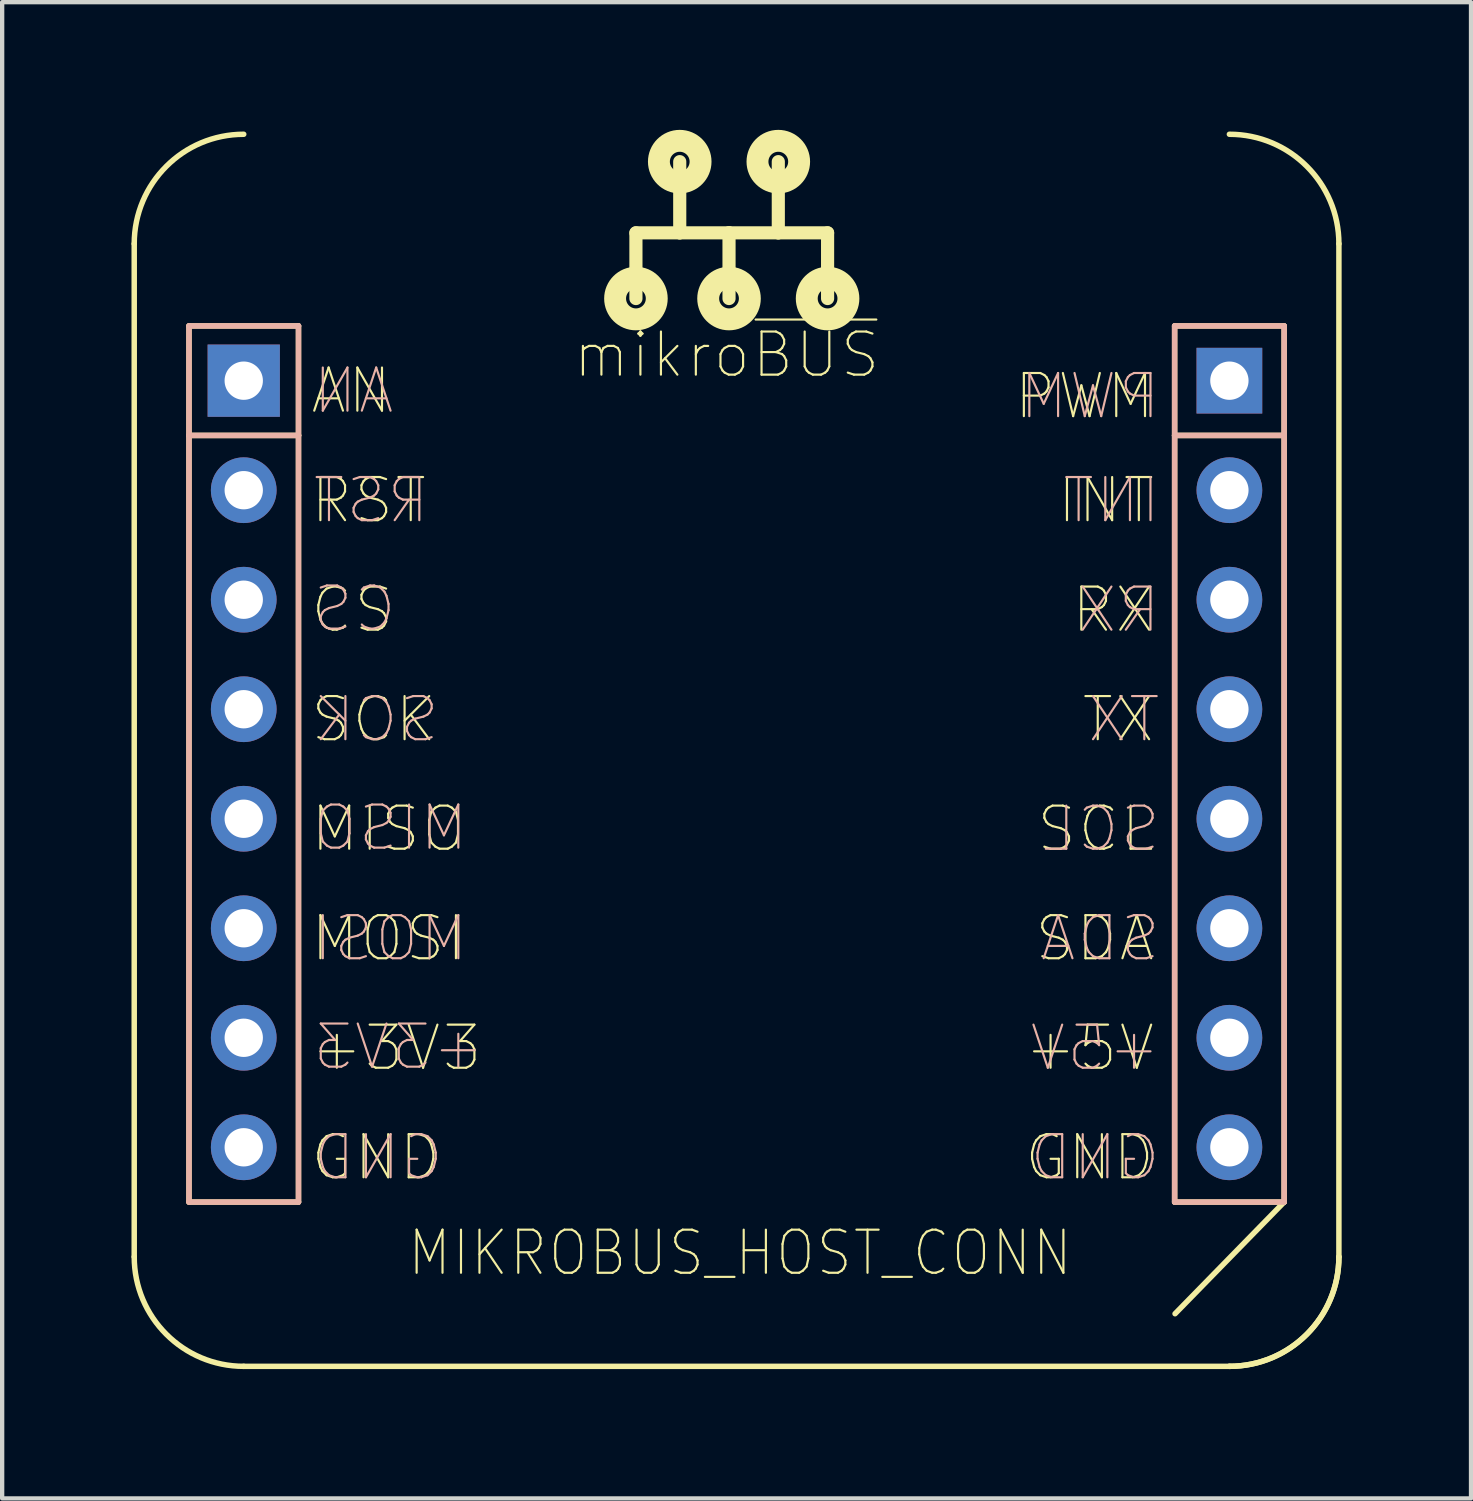
<source format=kicad_pcb>
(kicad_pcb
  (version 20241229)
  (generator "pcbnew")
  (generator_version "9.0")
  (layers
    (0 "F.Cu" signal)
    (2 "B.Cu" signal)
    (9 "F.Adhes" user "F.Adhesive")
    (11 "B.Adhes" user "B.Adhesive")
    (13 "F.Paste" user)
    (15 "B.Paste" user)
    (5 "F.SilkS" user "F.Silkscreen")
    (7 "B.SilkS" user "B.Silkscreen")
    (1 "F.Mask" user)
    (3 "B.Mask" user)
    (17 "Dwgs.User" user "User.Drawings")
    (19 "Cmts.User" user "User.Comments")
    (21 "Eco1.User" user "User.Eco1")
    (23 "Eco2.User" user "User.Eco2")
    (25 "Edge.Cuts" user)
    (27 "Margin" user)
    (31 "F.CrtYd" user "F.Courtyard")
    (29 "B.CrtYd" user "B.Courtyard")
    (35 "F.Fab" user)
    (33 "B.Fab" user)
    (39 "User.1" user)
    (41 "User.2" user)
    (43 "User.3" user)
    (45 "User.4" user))
  (footprint "MIKROBUS_HOST_CONN"
    (layer "F.Cu")
    (at 2.603 5.779)
    (property "Reference" "MIKROBUS_HOST_CONN" (at 11.51 20.23 0) (layer "F.SilkS") (effects (font (size 1 0.9) (thickness 0.05))))
    (attr through_hole)
    (fp_line (start -2.54 -3.175) (end -2.54 20.32) (stroke (width 0.127) (type solid)) (layer "F.SilkS"))
    (fp_line (start -1.27 -1.27) (end -1.27 1.27) (stroke (width 0.127) (type solid)) (layer "F.SilkS"))
    (fp_line (start -1.27 1.27) (end -1.27 19.05) (stroke (width 0.127) (type solid)) (layer "F.SilkS"))
    (fp_line (start -1.27 1.27) (end 1.27 1.27) (stroke (width 0.127) (type solid)) (layer "F.SilkS"))
    (fp_line (start -1.27 19.05) (end 1.27 19.05) (stroke (width 0.127) (type solid)) (layer "F.SilkS"))
    (fp_line (start 0 22.86) (end 22.86 22.86) (stroke (width 0.127) (type solid)) (layer "F.SilkS"))
    (fp_line (start 1.27 -1.27) (end -1.27 -1.27) (stroke (width 0.127) (type solid)) (layer "F.SilkS"))
    (fp_line (start 1.27 1.27) (end 1.27 -1.27) (stroke (width 0.127) (type solid)) (layer "F.SilkS"))
    (fp_line (start 1.27 19.05) (end 1.27 1.27) (stroke (width 0.127) (type solid)) (layer "F.SilkS"))
    (fp_line (start 9.096 -3.429) (end 9.096 -1.905) (stroke (width 0.305) (type solid)) (layer "F.SilkS"))
    (fp_line (start 9.096 -3.429) (end 10.112 -3.429) (stroke (width 0.305) (type solid)) (layer "F.SilkS"))
    (fp_line (start 10.112 -3.429) (end 10.112 -5.08) (stroke (width 0.305) (type solid)) (layer "F.SilkS"))
    (fp_line (start 10.112 -3.429) (end 11.255 -3.429) (stroke (width 0.305) (type solid)) (layer "F.SilkS"))
    (fp_line (start 11.255 -3.429) (end 11.255 -1.905) (stroke (width 0.305) (type solid)) (layer "F.SilkS"))
    (fp_line (start 11.255 -3.429) (end 12.398 -3.429) (stroke (width 0.305) (type solid)) (layer "F.SilkS"))
    (fp_line (start 12.398 -3.429) (end 12.398 -5.08) (stroke (width 0.305) (type solid)) (layer "F.SilkS"))
    (fp_line (start 12.398 -3.429) (end 13.541 -3.429) (stroke (width 0.305) (type solid)) (layer "F.SilkS"))
    (fp_line (start 13.541 -3.429) (end 13.541 -1.905) (stroke (width 0.305) (type solid)) (layer "F.SilkS"))
    (fp_line (start 21.59 -1.27) (end 21.59 1.27) (stroke (width 0.127) (type solid)) (layer "F.SilkS"))
    (fp_line (start 21.59 -1.27) (end 24.13 -1.27) (stroke (width 0.127) (type solid)) (layer "F.SilkS"))
    (fp_line (start 21.59 1.27) (end 21.59 19.05) (stroke (width 0.127) (type solid)) (layer "F.SilkS"))
    (fp_line (start 21.59 1.27) (end 24.13 1.27) (stroke (width 0.127) (type solid)) (layer "F.SilkS"))
    (fp_line (start 21.59 19.05) (end 24.13 19.05) (stroke (width 0.127) (type solid)) (layer "F.SilkS"))
    (fp_line (start 24.13 -1.27) (end 24.13 19.05) (stroke (width 0.127) (type solid)) (layer "F.SilkS"))
    (fp_line (start 24.13 19.05) (end 21.6 21.64) (stroke (width 0.127) (type solid)) (layer "F.SilkS"))
    (fp_line (start 25.4 -3.175) (end 25.4 20.32) (stroke (width 0.127) (type solid)) (layer "F.SilkS"))
    (fp_arc (start -2.54 -3.175) (mid -1.796051 -4.971051) (end 0 -5.715) (stroke (width 0.127) (type solid)) (layer "F.SilkS"))
    (fp_arc (start 0 22.86) (mid -1.796051 22.116051) (end -2.54 20.32) (stroke (width 0.127) (type solid)) (layer "F.SilkS"))
    (fp_arc (start 22.86 -5.715) (mid 24.656051 -4.971051) (end 25.4 -3.175) (stroke (width 0.127) (type solid)) (layer "F.SilkS"))
    (fp_arc (start 25.4 20.32) (mid 24.656051 22.116051) (end 22.86 22.86) (stroke (width 0.127) (type solid)) (layer "F.SilkS"))
    (fp_arc (start 25.4 20.32) (mid 24.656051 22.116051) (end 22.86 22.86) (stroke (width 0.127) (type solid)) (layer "F.SilkS"))
    (fp_circle (center 9.096 -1.905) (end 9.325 -1.905) (stroke (width 0.508) (type solid)) (fill no) (layer "F.SilkS"))
    (fp_circle (center 10.112 -5.08) (end 10.341 -5.08) (stroke (width 0.508) (type solid)) (fill no) (layer "F.SilkS"))
    (fp_circle (center 11.255 -1.905) (end 11.484 -1.905) (stroke (width 0.508) (type solid)) (fill no) (layer "F.SilkS"))
    (fp_circle (center 12.398 -5.08) (end 12.627 -5.08) (stroke (width 0.508) (type solid)) (fill no) (layer "F.SilkS"))
    (fp_circle (center 13.541 -1.905) (end 13.77 -1.905) (stroke (width 0.508) (type solid)) (fill no) (layer "F.SilkS"))
    (fp_line (start -1.27 -1.27) (end -1.27 1.27) (stroke (width 0.127) (type solid)) (layer "B.SilkS"))
    (fp_line (start -1.27 1.27) (end -1.27 19.05) (stroke (width 0.127) (type solid)) (layer "B.SilkS"))
    (fp_line (start -1.27 1.27) (end 1.27 1.27) (stroke (width 0.127) (type solid)) (layer "B.SilkS"))
    (fp_line (start -1.27 19.05) (end 1.27 19.05) (stroke (width 0.127) (type solid)) (layer "B.SilkS"))
    (fp_line (start 1.27 -1.27) (end -1.27 -1.27) (stroke (width 0.127) (type solid)) (layer "B.SilkS"))
    (fp_line (start 1.27 1.27) (end 1.27 -1.27) (stroke (width 0.127) (type solid)) (layer "B.SilkS"))
    (fp_line (start 1.27 19.05) (end 1.27 1.27) (stroke (width 0.127) (type solid)) (layer "B.SilkS"))
    (fp_line (start 21.59 -1.27) (end 21.59 1.27) (stroke (width 0.127) (type solid)) (layer "B.SilkS"))
    (fp_line (start 21.59 -1.27) (end 24.13 -1.27) (stroke (width 0.127) (type solid)) (layer "B.SilkS"))
    (fp_line (start 21.59 1.27) (end 21.59 19.05) (stroke (width 0.127) (type solid)) (layer "B.SilkS"))
    (fp_line (start 21.59 1.27) (end 24.13 1.27) (stroke (width 0.127) (type solid)) (layer "B.SilkS"))
    (fp_line (start 21.59 19.05) (end 24.13 19.05) (stroke (width 0.127) (type solid)) (layer "B.SilkS"))
    (fp_line (start 24.13 -1.27) (end 24.13 19.05) (stroke (width 0.127) (type solid)) (layer "B.SilkS"))
    (fp_text user "RST" (at 2.897 2.775 0) (layer "F.SilkS") (effects (font (size 1 1) (thickness 0.05))))
    (fp_text user "MISO" (at 3.35 10.395 0) (layer "F.SilkS") (effects (font (size 1 1) (thickness 0.05))))
    (fp_text user "+5V" (at 19.617 15.475 0) (layer "F.SilkS") (effects (font (size 1 1) (thickness 0.05))))
    (fp_text user "MOSI" (at 3.35 12.935 0) (layer "F.SilkS") (effects (font (size 1 1) (thickness 0.05))))
    (fp_text user "mikro~{BUS}" (at 11.2 -0.6 0) (layer "F.SilkS") (effects (font (size 1 1) (thickness 0.05))))
    (fp_text user "GND" (at 19.617 18.015 0) (layer "F.SilkS") (effects (font (size 1 1) (thickness 0.05))))
    (fp_text user "GND" (at 3.064 18.015 0) (layer "F.SilkS") (effects (font (size 1 1) (thickness 0.05))))
    (fp_text user "SCK" (at 3.016 7.855 0) (layer "F.SilkS") (effects (font (size 1 1) (thickness 0.05))))
    (fp_text user "AN" (at 2.492 0.235 0) (layer "F.SilkS") (effects (font (size 1 1) (thickness 0.05))))
    (fp_text user "CS" (at 2.516 5.315 0) (layer "F.SilkS") (effects (font (size 1 1) (thickness 0.05))))
    (fp_text user "PWM" (at 19.498 0.362 0) (layer "F.SilkS") (effects (font (size 1 1) (thickness 0.05))))
    (fp_text user "RX" (at 20.164 5.315 0) (layer "F.SilkS") (effects (font (size 1 1) (thickness 0.05))))
    (fp_text user "SCL" (at 19.759 10.395 0) (layer "F.SilkS") (effects (font (size 1 1) (thickness 0.05))))
    (fp_text user "+3V3" (at 3.54 15.475 0) (layer "F.SilkS") (effects (font (size 1 1) (thickness 0.05))))
    (fp_text user "TX" (at 20.283 7.855 0) (layer "F.SilkS") (effects (font (size 1 1) (thickness 0.05))))
    (fp_text user "INT" (at 19.998 2.775 0) (layer "F.SilkS") (effects (font (size 1 1) (thickness 0.05))))
    (fp_text user "SDA" (at 19.736 12.935 0) (layer "F.SilkS") (effects (font (size 1 1) (thickness 0.05))))
    (fp_text user "SDA" (at 19.863 12.935 0) (layer "B.SilkS") (effects (font (size 1 1) (thickness 0.05)) (justify mirror)))
    (fp_text user "MOSI" (at 3.405 12.935 0) (layer "B.SilkS") (effects (font (size 1 1) (thickness 0.05)) (justify mirror)))
    (fp_text user "GND" (at 3.12 18.015 0) (layer "B.SilkS") (effects (font (size 1 1) (thickness 0.05)) (justify mirror)))
    (fp_text user "GND" (at 19.744 18.015 0) (layer "B.SilkS") (effects (font (size 1 1) (thickness 0.05)) (justify mirror)))
    (fp_text user "+3V3" (at 3.596 15.45 0) (layer "B.SilkS") (effects (font (size 1 1) (thickness 0.05)) (justify mirror)))
    (fp_text user "TX" (at 20.411 7.855 0) (layer "B.SilkS") (effects (font (size 1 1) (thickness 0.05)) (justify mirror)))
    (fp_text user "+5V" (at 19.744 15.475 0) (layer "B.SilkS") (effects (font (size 1 1) (thickness 0.05)) (justify mirror)))
    (fp_text user "SCL" (at 19.887 10.395 0) (layer "B.SilkS") (effects (font (size 1 1) (thickness 0.05)) (justify mirror)))
    (fp_text user "MISO" (at 3.405 10.37 0) (layer "B.SilkS") (effects (font (size 1 1) (thickness 0.05)) (justify mirror)))
    (fp_text user "PWM" (at 19.625 0.362 0) (layer "B.SilkS") (effects (font (size 1 1) (thickness 0.05)) (justify mirror)))
    (fp_text user "SCK" (at 3.072 7.855 0) (layer "B.SilkS") (effects (font (size 1 1) (thickness 0.05)) (justify mirror)))
    (fp_text user "RX" (at 20.291 5.315 0) (layer "B.SilkS") (effects (font (size 1 1) (thickness 0.05)) (justify mirror)))
    (fp_text user "CS" (at 2.572 5.29 0) (layer "B.SilkS") (effects (font (size 1 1) (thickness 0.05)) (justify mirror)))
    (fp_text user "RST" (at 2.953 2.775 0) (layer "B.SilkS") (effects (font (size 1 1) (thickness 0.05)) (justify mirror)))
    (fp_text user "AN" (at 2.548 0.235 0) (layer "B.SilkS") (effects (font (size 1 1) (thickness 0.05)) (justify mirror)))
    (fp_text user "INT" (at 20.125 2.775 0) (layer "B.SilkS") (effects (font (size 1 1) (thickness 0.05)) (justify mirror)))
    (pad "P1" thru_hole rect (at 0 0) (size 1.676 1.676) (drill 0.889) (layers "*.Cu" "*.Mask"))
    (pad "P2" thru_hole circle (at 0 2.54) (size 1.524 1.524) (drill 0.889) (layers "*.Cu" "*.Mask"))
    (pad "P3" thru_hole circle (at 0 5.08) (size 1.524 1.524) (drill 0.889) (layers "*.Cu" "*.Mask"))
    (pad "P4" thru_hole circle (at 0 7.62) (size 1.524 1.524) (drill 0.889) (layers "*.Cu" "*.Mask"))
    (pad "P5" thru_hole circle (at 0 10.16) (size 1.524 1.524) (drill 0.889) (layers "*.Cu" "*.Mask"))
    (pad "P6" thru_hole circle (at 0 12.7) (size 1.524 1.524) (drill 0.889) (layers "*.Cu" "*.Mask"))
    (pad "P7" thru_hole circle (at 0 15.24) (size 1.524 1.524) (drill 0.889) (layers "*.Cu" "*.Mask"))
    (pad "P8" thru_hole circle (at 0 17.78) (size 1.524 1.524) (drill 0.889) (layers "*.Cu" "*.Mask"))
    (pad "P9" thru_hole circle (at 22.86 17.78) (size 1.524 1.524) (drill 0.889) (layers "*.Cu" "*.Mask"))
    (pad "P10" thru_hole circle (at 22.86 15.24) (size 1.524 1.524) (drill 0.889) (layers "*.Cu" "*.Mask"))
    (pad "P11" thru_hole circle (at 22.86 12.7) (size 1.524 1.524) (drill 0.889) (layers "*.Cu" "*.Mask"))
    (pad "P12" thru_hole circle (at 22.86 10.16) (size 1.524 1.524) (drill 0.889) (layers "*.Cu" "*.Mask"))
    (pad "P13" thru_hole circle (at 22.86 7.62) (size 1.524 1.524) (drill 0.889) (layers "*.Cu" "*.Mask"))
    (pad "P14" thru_hole circle (at 22.86 5.08) (size 1.524 1.524) (drill 0.889) (layers "*.Cu" "*.Mask"))
    (pad "P15" thru_hole circle (at 22.86 2.54) (size 1.524 1.524) (drill 0.889) (layers "*.Cu" "*.Mask"))
    (pad "P16" thru_hole rect (at 22.86 0) (size 1.524 1.524) (drill 0.889) (layers "*.Cu" "*.Mask")))
  (gr_rect
    (start -3 -3)
    (end 31.067 31.702)
    (stroke (width 0.1) (type default))
    (fill no)
    (layer "Edge.Cuts")))
</source>
